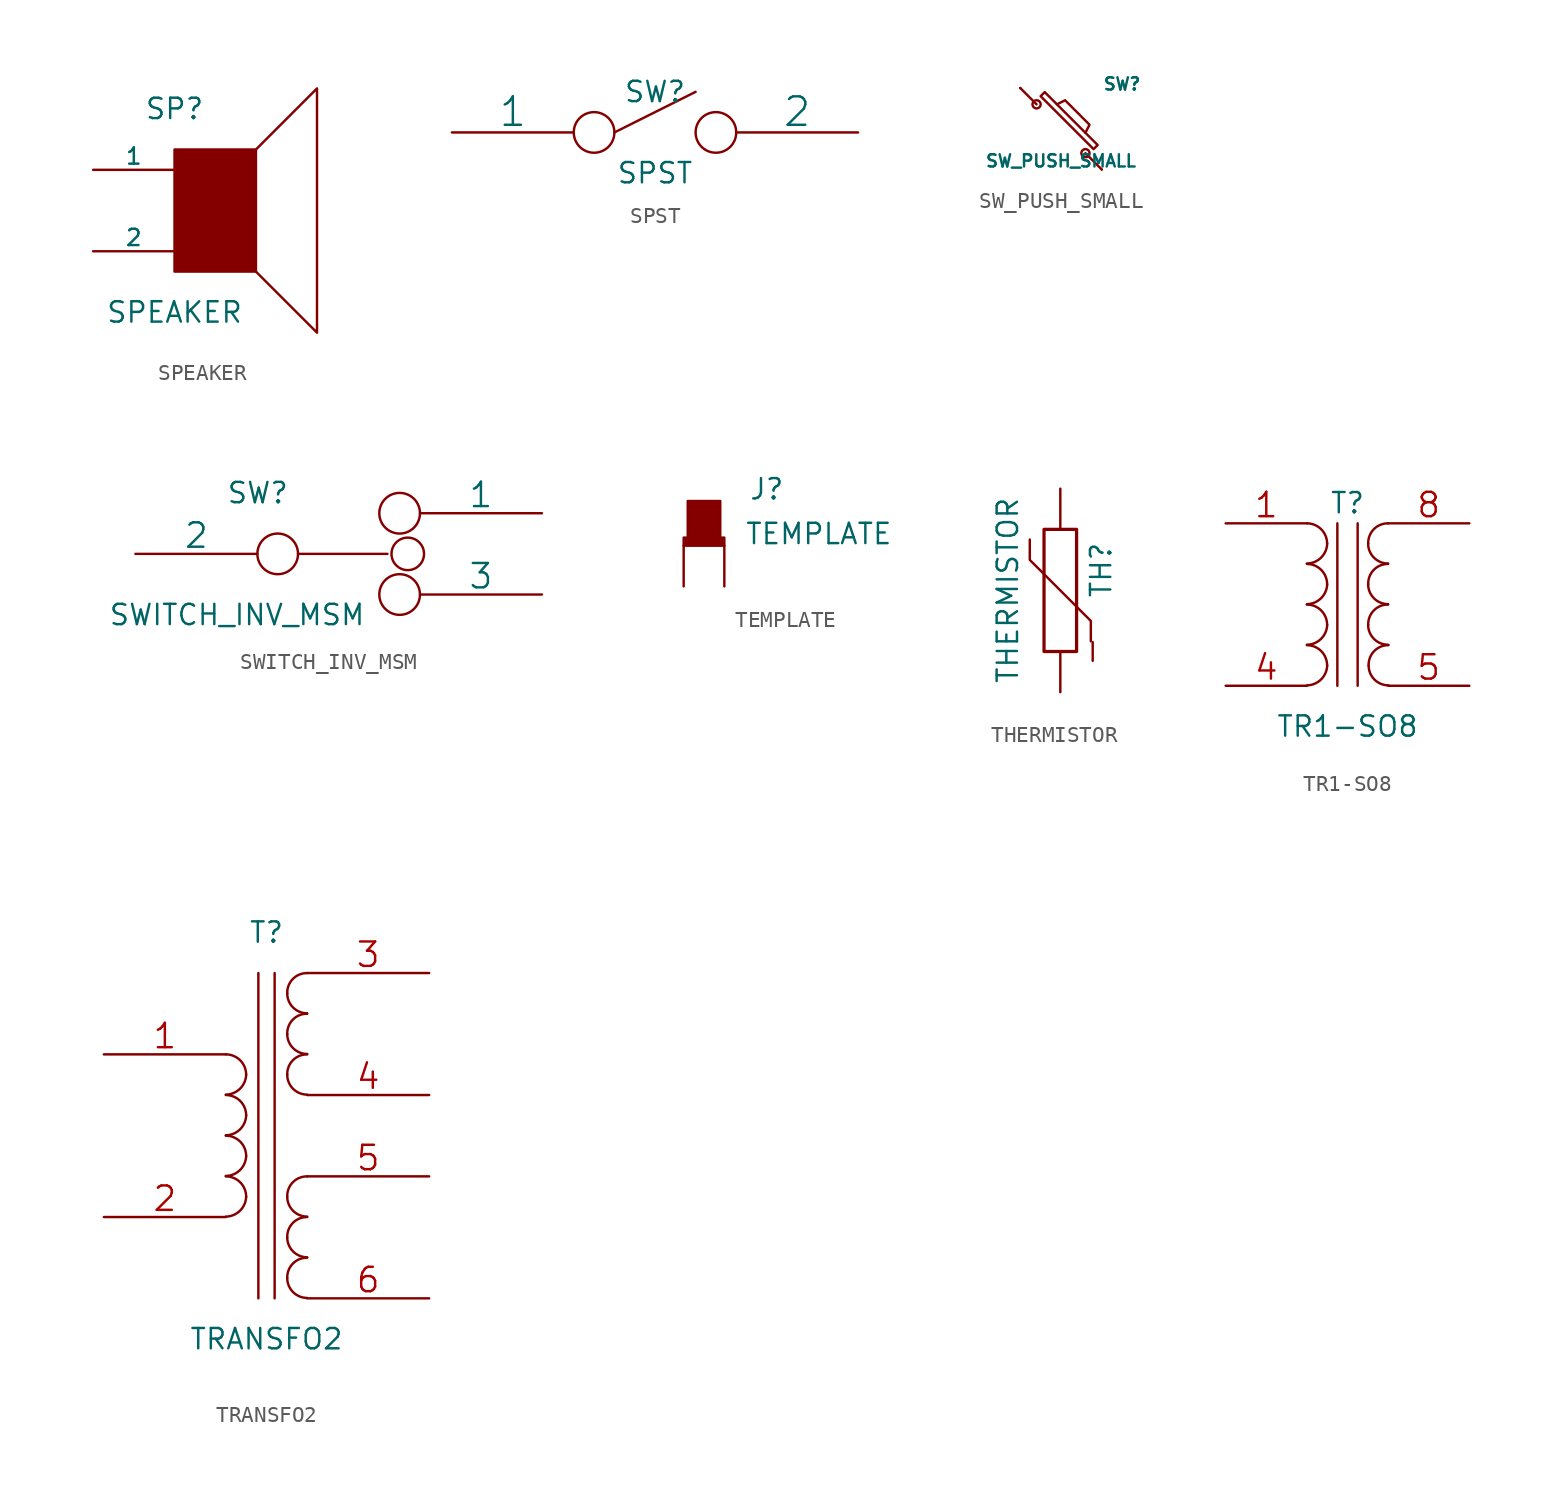
<source format=kicad_sym>
(kicad_symbol_lib
  (version 20211014)
  (generator kicad_symbol_editor)
  (symbol "SPEAKER"
    (pin_numbers hide)
    (pin_names
      (offset 0))
    (property "Reference" "SP"
      (at -2.54 6.35 0)
      (effects (font (size 1.27 1.27))))
    (property "Value" "SPEAKER"
      (at -2.54 -6.35 0)
      (effects (font (size 1.27 1.27))))
    (property "Footprint" ""
      (at 0 0 0)
      (effects (font (size 1.524 1.524))))
    (property "Datasheet" ""
      (at 0 0 0)
      (effects (font (size 1.524 1.524))))
    (symbol "SPEAKER_0_0"
      (polyline (pts (xy 2.54 3.81) (xy 6.35 7.62) (xy 6.35 -7.62) (xy 2.54 -3.81)) (stroke (width 0) (type default) (color 0 0 0 0)) (fill (type none)))
      (polyline (pts (xy -2.54 3.81) (xy 2.54 3.81) (xy 2.54 -3.81) (xy -2.54 -3.81) (xy -2.54 3.81)) (stroke (width 0) (type default) (color 0 0 0 0)) (fill (type outline))))
    (symbol "SPEAKER_1_1"
      (pin input line (at -7.62 2.54 0) (length 5.08) (name "1" (effects (font (size 1.016 1.016)))) (number "1" (effects (font (size 1.016 1.016)))))
      (pin input line (at -7.62 -2.54 0) (length 5.08) (name "2" (effects (font (size 1.016 1.016)))) (number "2" (effects (font (size 1.016 1.016)))))))
  (symbol "SPST"
    (pin_numbers hide)
    (pin_names
      (offset 0))
    (property "Reference" "SW"
      (at 0 2.54 0)
      (effects (font (size 1.27 1.27))))
    (property "Value" "SPST"
      (at 0 -2.54 0)
      (effects (font (size 1.27 1.27))))
    (property "Footprint" ""
      (at 0 0 0)
      (effects (font (size 1.524 1.524))))
    (property "Datasheet" ""
      (at 0 0 0)
      (effects (font (size 1.524 1.524))))
    (symbol "SPST_0_0"
      (circle (center -3.81 0) (radius 1.27) (stroke (width 0) (type default) (color 0 0 0 0)) (fill (type none)))
      (polyline (pts (xy -2.54 0) (xy 2.54 2.54)) (stroke (width 0) (type default) (color 0 0 0 0)) (fill (type none)))
      (circle (center 3.81 0) (radius 1.27) (stroke (width 0) (type default) (color 0 0 0 0)) (fill (type none))))
    (symbol "SPST_1_1"
      (pin input line (at -12.7 0 0) (length 7.62) (name "1" (effects (font (size 1.778 1.778)))) (number "1" (effects (font (size 1.778 1.778)))))
      (pin input line (at 12.7 0 180) (length 7.62) (name "2" (effects (font (size 1.778 1.778)))) (number "2" (effects (font (size 1.778 1.778)))))))
  (symbol "SW_PUSH_SMALL"
    (pin_numbers hide)
    (pin_names
      (offset 1.016) hide)
    (property "Reference" "SW"
      (at 3.81 2.794 0)
      (effects (font (size 0.762 0.762))))
    (property "Value" "SW_PUSH_SMALL"
      (at 0 -2.007 0)
      (effects (font (size 0.762 0.762))))
    (property "Footprint" ""
      (at 0 0 0)
      (effects (font (size 1.524 1.524))))
    (property "Datasheet" ""
      (at 0 0 0)
      (effects (font (size 1.524 1.524))))
    (symbol "SW_PUSH_SMALL_0_1"
      (circle (center -1.524 1.524) (radius 0.254) (stroke (width 0) (type default) (color 0 0 0 0)) (fill (type none)))
      (polyline (pts (xy -2.54 2.54) (xy -1.524 1.524) (xy -1.524 1.524)) (stroke (width 0) (type default) (color 0 0 0 0)) (fill (type none)))
      (polyline (pts (xy 1.524 -1.524) (xy 2.54 -2.54) (xy 2.54 -2.54) (xy 2.54 -2.54)) (stroke (width 0) (type default) (color 0 0 0 0)) (fill (type none)))
      (polyline (pts (xy -0.254 1.524) (xy 0.254 1.778) (xy 1.778 0.254) (xy 1.524 -0.254) (xy 1.524 -0.254) (xy 1.524 -0.254)) (stroke (width 0) (type default) (color 0 0 0 0)) (fill (type none)))
      (polyline (pts (xy -1.27 2.032) (xy 2.032 -1.27) (xy 2.286 -1.016) (xy -1.016 2.286) (xy -1.27 2.032) (xy -1.27 2.032) (xy -1.27 2.032)) (stroke (width 0) (type default) (color 0 0 0 0)) (fill (type none)))
      (circle (center 1.524 -1.524) (radius 0.254) (stroke (width 0) (type default) (color 0 0 0 0)) (fill (type none)))
      (pin passive line (at -2.54 2.54 0) (length 0) (name "1" (effects (font (size 1.524 1.524)))) (number "1" (effects (font (size 1.524 1.524)))))
      (pin passive line (at 2.54 -2.54 180) (length 0) (name "2" (effects (font (size 1.524 1.524)))) (number "2" (effects (font (size 1.524 1.524)))))))
  (symbol "SWITCH_INV_MSM"
    (pin_numbers hide)
    (pin_names
      (offset 0))
    (property "Reference" "SW"
      (at -5.055 3.81 0)
      (effects (font (size 1.27 1.27))))
    (property "Value" "SWITCH_INV_MSM"
      (at -6.35 -3.81 0)
      (effects (font (size 1.27 1.27))))
    (property "Footprint" ""
      (at 0 0 0)
      (effects (font (size 1.524 1.524))))
    (property "Datasheet" ""
      (at 0 0 0)
      (effects (font (size 1.524 1.524))))
    (symbol "SWITCH_INV_MSM_0_0"
      (circle (center -3.81 0) (radius 1.27) (stroke (width 0) (type default) (color 0 0 0 0)) (fill (type none)))
      (circle (center 3.81 -2.54) (radius 1.27) (stroke (width 0) (type default) (color 0 0 0 0)) (fill (type none))))
    (symbol "SWITCH_INV_MSM_0_1"
      (polyline (pts (xy -2.54 0) (xy 3.048 0) (xy 3.048 0) (xy 3.048 0) (xy 3.048 0)) (stroke (width 0) (type default) (color 0 0 0 0)) (fill (type none)))
      (circle (center 3.81 2.54) (radius 1.27) (stroke (width 0) (type default) (color 0 0 0 0)) (fill (type none)))
      (circle (center 4.318 0) (radius 1.016) (stroke (width 0) (type default) (color 0 0 0 0)) (fill (type none))))
    (symbol "SWITCH_INV_MSM_1_1"
      (pin passive line (at 12.7 2.54 180) (length 7.62) (name "1" (effects (font (size 1.524 1.524)))) (number "1" (effects (font (size 1.524 1.524)))))
      (pin passive line (at -12.7 0 0) (length 7.62) (name "2" (effects (font (size 1.524 1.524)))) (number "2" (effects (font (size 1.524 1.524)))))
      (pin passive line (at 12.7 -2.54 180) (length 7.62) (name "3" (effects (font (size 1.524 1.524)))) (number "3" (effects (font (size 1.524 1.524)))))))
  (symbol "TEMPLATE"
    (pin_numbers hide)
    (pin_names
      (offset 1.016) hide)
    (property "Reference" "J"
      (at 4.064 5.334 0)
      (effects (font (size 1.27 1.27)) (justify left bottom)))
    (property "Value" "TEMPLATE"
      (at 3.81 2.54 0)
      (effects (font (size 1.27 1.27)) (justify left bottom)))
    (property "Footprint" ""
      (at 0 0 0)
      (effects (font (size 1.524 1.524))))
    (property "Datasheet" ""
      (at 0 0 0)
      (effects (font (size 1.524 1.524))))
    (symbol "TEMPLATE_0_1"
      (rectangle (start 0 2.54) (end 2.54 3.048) (stroke (width 0) (type default) (color 0 0 0 0)) (fill (type outline)))
      (rectangle (start 2.286 5.334) (end 0.254 3.048) (stroke (width 0) (type default) (color 0 0 0 0)) (fill (type outline))))
    (symbol "TEMPLATE_1_1"
      (pin unspecified line (at 0 0 90) (length 2.54) (name "~" (effects (font (size 1.27 1.27)))) (number "1" (effects (font (size 1.27 1.27)))))
      (pin unspecified line (at 2.54 0 90) (length 2.54) (name "~" (effects (font (size 1.27 1.27)))) (number "2" (effects (font (size 1.27 1.27)))))))
  (symbol "THERMISTOR"
    (pin_numbers hide)
    (pin_names
      (offset 0))
    (property "Reference" "TH"
      (at 2.54 1.27 90)
      (effects (font (size 1.27 1.27))))
    (property "Value" "THERMISTOR"
      (at -2.54 0 90)
      (effects (font (size 1.27 1.27)) (justify bottom)))
    (property "Footprint" ""
      (at 0 0 0)
      (effects (font (size 1.524 1.524))))
    (property "Datasheet" ""
      (at 0 0 0)
      (effects (font (size 1.524 1.524))))
    (symbol "THERMISTOR_0_1"
      (rectangle (start -1.016 3.81) (end 1.016 -3.81) (stroke (width 0.203) (type default) (color 0 0 0 0)) (fill (type none)))
      (polyline (pts (xy -1.905 3.175) (xy -1.905 1.905) (xy 1.905 -1.905) (xy 1.905 -3.175) (xy 1.905 -3.175)) (stroke (width 0) (type default) (color 0 0 0 0)) (fill (type none)))
      (text "-" (at 1.905 -3.81 900) (effects (font (size 1.524 1.524)))))
    (symbol "THERMISTOR_1_1"
      (pin passive line (at 0 6.35 270) (length 2.54) (name "~" (effects (font (size 1.524 1.524)))) (number "1" (effects (font (size 1.524 1.524)))))
      (pin passive line (at 0 -6.35 90) (length 2.54) (name "~" (effects (font (size 1.524 1.524)))) (number "2" (effects (font (size 1.524 1.524)))))))
  (symbol "TR1-SO8"
    (pin_names
      (offset 1.016) hide)
    (property "Reference" "T"
      (at 0 6.35 0)
      (effects (font (size 1.27 1.27))))
    (property "Value" "TR1-SO8"
      (at 0 -7.62 0)
      (effects (font (size 1.27 1.27))))
    (property "Footprint" ""
      (at 0 0 0)
      (effects (font (size 1.524 1.524))))
    (property "Datasheet" ""
      (at 0 0 0)
      (effects (font (size 1.524 1.524))))
    (symbol "TR1-SO8_0_1"
      (arc (start -2.54 -5.0546) (mid -1.6599 -4.6901) (end -1.27 -3.81) (stroke (width 0) (type default) (color 0 0 0 0)) (fill (type none)))
      (arc (start -2.54 -2.5146) (mid -1.6599 -2.1501) (end -1.27 -1.27) (stroke (width 0) (type default) (color 0 0 0 0)) (fill (type none)))
      (arc (start -2.54 0.0254) (mid -1.6599 0.3899) (end -1.27 1.27) (stroke (width 0) (type default) (color 0 0 0 0)) (fill (type none)))
      (arc (start -2.54 2.5654) (mid -1.6599 2.9299) (end -1.27 3.81) (stroke (width 0) (type default) (color 0 0 0 0)) (fill (type none)))
      (arc (start -1.27 -3.81) (mid -1.642 -2.912) (end -2.54 -2.54) (stroke (width 0) (type default) (color 0 0 0 0)) (fill (type none)))
      (arc (start -1.27 -1.27) (mid -1.642 -0.372) (end -2.54 0) (stroke (width 0) (type default) (color 0 0 0 0)) (fill (type none)))
      (arc (start -1.27 1.27) (mid -1.642 2.168) (end -2.54 2.54) (stroke (width 0) (type default) (color 0 0 0 0)) (fill (type none)))
      (arc (start -1.27 3.81) (mid -1.642 4.708) (end -2.54 5.08) (stroke (width 0) (type default) (color 0 0 0 0)) (fill (type none)))
      (polyline (pts (xy -0.635 5.08) (xy -0.635 -5.08)) (stroke (width 0) (type default) (color 0 0 0 0)) (fill (type none)))
      (polyline (pts (xy 0.635 -5.08) (xy 0.635 5.08)) (stroke (width 0) (type default) (color 0 0 0 0)) (fill (type none)))
      (arc (start 1.2954 -1.27) (mid 1.6599 -2.1501) (end 2.54 -2.5146) (stroke (width 0) (type default) (color 0 0 0 0)) (fill (type none)))
      (arc (start 1.2954 1.27) (mid 1.6599 0.3899) (end 2.54 0.0254) (stroke (width 0) (type default) (color 0 0 0 0)) (fill (type none)))
      (arc (start 1.2954 3.81) (mid 1.6599 2.9299) (end 2.54 2.5654) (stroke (width 0) (type default) (color 0 0 0 0)) (fill (type none)))
      (arc (start 1.3208 -3.81) (mid 1.6853 -4.6901) (end 2.5654 -5.0546) (stroke (width 0) (type default) (color 0 0 0 0)) (fill (type none)))
      (arc (start 2.54 0) (mid 1.642 -0.372) (end 1.2954 -1.27) (stroke (width 0) (type default) (color 0 0 0 0)) (fill (type none)))
      (arc (start 2.54 2.54) (mid 1.642 2.168) (end 1.2954 1.27) (stroke (width 0) (type default) (color 0 0 0 0)) (fill (type none)))
      (arc (start 2.54 5.08) (mid 1.642 4.708) (end 1.2954 3.81) (stroke (width 0) (type default) (color 0 0 0 0)) (fill (type none)))
      (arc (start 2.5654 -2.54) (mid 1.6674 -2.912) (end 1.3208 -3.81) (stroke (width 0) (type default) (color 0 0 0 0)) (fill (type none))))
    (symbol "TR1-SO8_1_1"
      (pin passive line (at -7.62 5.08 0) (length 5.08) (name "AA" (effects (font (size 1.524 1.524)))) (number "1" (effects (font (size 1.524 1.524)))))
      (pin passive line (at -7.62 -5.08 0) (length 5.08) (name "AB" (effects (font (size 1.524 1.524)))) (number "4" (effects (font (size 1.524 1.524)))))
      (pin passive line (at 7.62 -5.08 180) (length 5.08) (name "SA" (effects (font (size 1.524 1.524)))) (number "5" (effects (font (size 1.524 1.524)))))
      (pin passive line (at 7.62 5.08 180) (length 5.08) (name "SB" (effects (font (size 1.524 1.524)))) (number "8" (effects (font (size 1.524 1.524)))))))
  (symbol "TRANSFO2"
    (pin_names
      (offset 1.016) hide)
    (property "Reference" "T"
      (at 0 12.7 0)
      (effects (font (size 1.27 1.27))))
    (property "Value" "TRANSFO2"
      (at 0 -12.7 0)
      (effects (font (size 1.27 1.27))))
    (property "Footprint" ""
      (at 0 0 0)
      (effects (font (size 1.524 1.524))))
    (property "Datasheet" ""
      (at 0 0 0)
      (effects (font (size 1.524 1.524))))
    (symbol "TRANSFO2_0_1"
      (arc (start -2.54 -5.0546) (mid -1.6599 -4.6901) (end -1.27 -3.81) (stroke (width 0) (type default) (color 0 0 0 0)) (fill (type none)))
      (arc (start -2.54 -2.5146) (mid -1.6599 -2.1501) (end -1.27 -1.27) (stroke (width 0) (type default) (color 0 0 0 0)) (fill (type none)))
      (arc (start -2.54 0.0254) (mid -1.6599 0.3899) (end -1.27 1.27) (stroke (width 0) (type default) (color 0 0 0 0)) (fill (type none)))
      (arc (start -2.54 2.5654) (mid -1.6599 2.9299) (end -1.27 3.81) (stroke (width 0) (type default) (color 0 0 0 0)) (fill (type none)))
      (arc (start -1.27 -3.81) (mid -1.642 -2.912) (end -2.54 -2.54) (stroke (width 0) (type default) (color 0 0 0 0)) (fill (type none)))
      (arc (start -1.27 -1.27) (mid -1.642 -0.372) (end -2.54 0) (stroke (width 0) (type default) (color 0 0 0 0)) (fill (type none)))
      (arc (start -1.27 1.27) (mid -1.642 2.168) (end -2.54 2.54) (stroke (width 0) (type default) (color 0 0 0 0)) (fill (type none)))
      (arc (start -1.27 3.81) (mid -1.642 4.708) (end -2.54 5.08) (stroke (width 0) (type default) (color 0 0 0 0)) (fill (type none)))
      (polyline (pts (xy -0.508 -10.16) (xy -0.508 10.16)) (stroke (width 0) (type default) (color 0 0 0 0)) (fill (type none)))
      (polyline (pts (xy 0.508 10.16) (xy 0.508 -10.16)) (stroke (width 0) (type default) (color 0 0 0 0)) (fill (type none)))
      (arc (start 1.2954 -8.89) (mid 1.6599 -9.7701) (end 2.54 -10.1346) (stroke (width 0) (type default) (color 0 0 0 0)) (fill (type none)))
      (arc (start 1.2954 -6.35) (mid 1.6599 -7.2301) (end 2.54 -7.5946) (stroke (width 0) (type default) (color 0 0 0 0)) (fill (type none)))
      (arc (start 1.2954 -3.81) (mid 1.6599 -4.6901) (end 2.54 -5.0546) (stroke (width 0) (type default) (color 0 0 0 0)) (fill (type none)))
      (arc (start 1.2954 3.81) (mid 1.6599 2.9299) (end 2.54 2.5654) (stroke (width 0) (type default) (color 0 0 0 0)) (fill (type none)))
      (arc (start 1.2954 6.35) (mid 1.6599 5.4699) (end 2.54 5.1054) (stroke (width 0) (type default) (color 0 0 0 0)) (fill (type none)))
      (arc (start 1.2954 8.89) (mid 1.6599 8.0099) (end 2.54 7.6454) (stroke (width 0) (type default) (color 0 0 0 0)) (fill (type none)))
      (arc (start 2.54 -7.62) (mid 1.642 -7.992) (end 1.2954 -8.89) (stroke (width 0) (type default) (color 0 0 0 0)) (fill (type none)))
      (arc (start 2.54 -5.08) (mid 1.642 -5.452) (end 1.2954 -6.35) (stroke (width 0) (type default) (color 0 0 0 0)) (fill (type none)))
      (arc (start 2.54 -2.54) (mid 1.642 -2.912) (end 1.2954 -3.81) (stroke (width 0) (type default) (color 0 0 0 0)) (fill (type none)))
      (arc (start 2.54 5.08) (mid 1.642 4.708) (end 1.2954 3.81) (stroke (width 0) (type default) (color 0 0 0 0)) (fill (type none)))
      (arc (start 2.54 7.62) (mid 1.642 7.248) (end 1.2954 6.35) (stroke (width 0) (type default) (color 0 0 0 0)) (fill (type none)))
      (arc (start 2.54 10.16) (mid 1.642 9.788) (end 1.2954 8.89) (stroke (width 0) (type default) (color 0 0 0 0)) (fill (type none))))
    (symbol "TRANSFO2_1_1"
      (pin passive line (at -10.16 5.08 0) (length 7.62) (name "AA" (effects (font (size 1.524 1.524)))) (number "1" (effects (font (size 1.524 1.524)))))
      (pin passive line (at -10.16 -5.08 0) (length 7.62) (name "AB" (effects (font (size 1.524 1.524)))) (number "2" (effects (font (size 1.524 1.524)))))
      (pin passive line (at 10.16 10.16 180) (length 7.62) (name "SA" (effects (font (size 1.524 1.524)))) (number "3" (effects (font (size 1.524 1.524)))))
      (pin passive line (at 10.16 2.54 180) (length 7.62) (name "SB" (effects (font (size 1.524 1.524)))) (number "4" (effects (font (size 1.524 1.524)))))
      (pin passive line (at 10.16 -2.54 180) (length 7.62) (name "SC" (effects (font (size 1.524 1.524)))) (number "5" (effects (font (size 1.524 1.524)))))
      (pin passive line (at 10.16 -10.16 180) (length 7.62) (name "SD" (effects (font (size 1.524 1.524)))) (number "6" (effects (font (size 1.524 1.524))))))))
</source>
